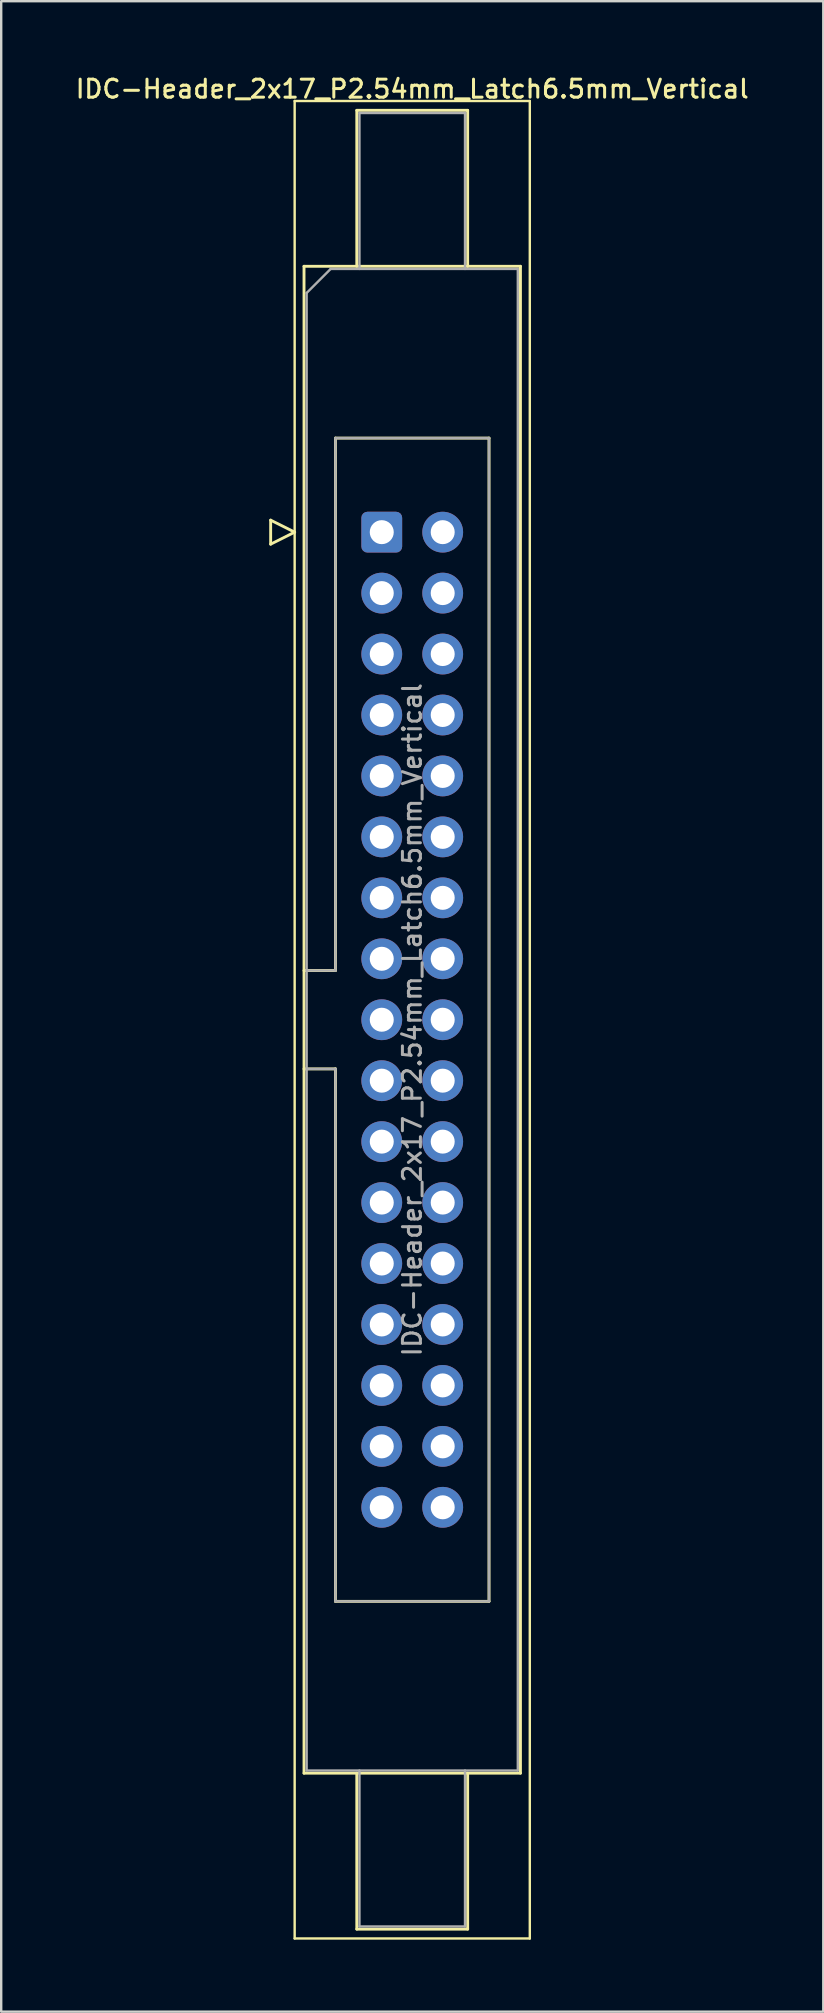
<source format=kicad_pcb>
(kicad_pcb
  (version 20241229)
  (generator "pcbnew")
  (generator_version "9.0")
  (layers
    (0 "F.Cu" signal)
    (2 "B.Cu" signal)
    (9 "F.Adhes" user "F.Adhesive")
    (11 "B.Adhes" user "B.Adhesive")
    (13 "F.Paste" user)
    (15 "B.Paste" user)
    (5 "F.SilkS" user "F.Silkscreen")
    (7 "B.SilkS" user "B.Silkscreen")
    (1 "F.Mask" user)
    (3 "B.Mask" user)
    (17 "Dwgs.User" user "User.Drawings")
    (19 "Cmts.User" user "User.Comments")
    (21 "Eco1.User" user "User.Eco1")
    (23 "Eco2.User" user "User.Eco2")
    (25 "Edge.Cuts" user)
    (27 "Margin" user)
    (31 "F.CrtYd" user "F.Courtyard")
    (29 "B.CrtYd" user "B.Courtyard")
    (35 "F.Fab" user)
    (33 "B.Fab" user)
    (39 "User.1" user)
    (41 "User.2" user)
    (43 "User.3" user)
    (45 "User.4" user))
  (footprint "IDC-Header_2x17_P2.54mm_Latch6.5mm_Vertical"
    (layer "F.Cu")
    (at 12.86 19.128)
    (property "Reference" "IDC-Header_2x17_P2.54mm_Latch6.5mm_Vertical" (at 1.27 -18.47 0) (layer "F.SilkS") (effects (font (size 0.75 0.75) (thickness 0.125))))
    (attr through_hole)
    (fp_line (start -4.63 -0.5) (end -4.63 0.5) (stroke (width 0.12) (type solid)) (layer "F.SilkS"))
    (fp_line (start -4.63 0.5) (end -3.63 0) (stroke (width 0.12) (type solid)) (layer "F.SilkS"))
    (fp_line (start -3.63 -17.97) (end -3.63 58.61) (stroke (width 0.1) (type solid)) (layer "F.SilkS"))
    (fp_line (start -3.63 0) (end -4.63 -0.5) (stroke (width 0.12) (type solid)) (layer "F.SilkS"))
    (fp_line (start -3.63 58.61) (end 6.17 58.61) (stroke (width 0.1) (type solid)) (layer "F.SilkS"))
    (fp_line (start -3.24 -11.08) (end 5.78 -11.08) (stroke (width 0.12) (type solid)) (layer "F.SilkS"))
    (fp_line (start -3.24 18.27) (end -1.93 18.27) (stroke (width 0.12) (type solid)) (layer "F.SilkS"))
    (fp_line (start -3.24 51.72) (end -3.24 -11.08) (stroke (width 0.12) (type solid)) (layer "F.SilkS"))
    (fp_line (start -1.93 -3.92) (end 4.47 -3.92) (stroke (width 0.12) (type solid)) (layer "F.SilkS"))
    (fp_line (start -1.93 18.27) (end -1.93 -3.92) (stroke (width 0.12) (type solid)) (layer "F.SilkS"))
    (fp_line (start -1.93 22.37) (end -3.24 22.37) (stroke (width 0.12) (type solid)) (layer "F.SilkS"))
    (fp_line (start -1.93 22.37) (end -1.93 22.37) (stroke (width 0.12) (type solid)) (layer "F.SilkS"))
    (fp_line (start -1.93 44.56) (end -1.93 22.37) (stroke (width 0.12) (type solid)) (layer "F.SilkS"))
    (fp_line (start -1.04 -17.58) (end 3.58 -17.58) (stroke (width 0.12) (type solid)) (layer "F.SilkS"))
    (fp_line (start -1.04 -11.08) (end -1.04 -17.58) (stroke (width 0.12) (type solid)) (layer "F.SilkS"))
    (fp_line (start -1.04 51.72) (end -1.04 58.22) (stroke (width 0.12) (type solid)) (layer "F.SilkS"))
    (fp_line (start -1.04 58.22) (end 3.58 58.22) (stroke (width 0.12) (type solid)) (layer "F.SilkS"))
    (fp_line (start 3.58 -17.58) (end 3.58 -11.08) (stroke (width 0.12) (type solid)) (layer "F.SilkS"))
    (fp_line (start 3.58 58.22) (end 3.58 51.72) (stroke (width 0.12) (type solid)) (layer "F.SilkS"))
    (fp_line (start 4.47 -3.92) (end 4.47 44.56) (stroke (width 0.12) (type solid)) (layer "F.SilkS"))
    (fp_line (start 4.47 44.56) (end -1.93 44.56) (stroke (width 0.12) (type solid)) (layer "F.SilkS"))
    (fp_line (start 5.78 -11.08) (end 5.78 51.72) (stroke (width 0.12) (type solid)) (layer "F.SilkS"))
    (fp_line (start 5.78 51.72) (end -3.24 51.72) (stroke (width 0.12) (type solid)) (layer "F.SilkS"))
    (fp_line (start 6.17 -17.97) (end -3.63 -17.97) (stroke (width 0.1) (type solid)) (layer "F.SilkS"))
    (fp_line (start 6.17 58.61) (end 6.17 -17.97) (stroke (width 0.1) (type solid)) (layer "F.SilkS"))
    (fp_line (start -3.13 -9.97) (end -2.13 -10.97) (stroke (width 0.1) (type solid)) (layer "F.Fab"))
    (fp_line (start -3.13 18.27) (end -1.93 18.27) (stroke (width 0.1) (type solid)) (layer "F.Fab"))
    (fp_line (start -3.13 51.61) (end -3.13 -9.97) (stroke (width 0.1) (type solid)) (layer "F.Fab"))
    (fp_line (start -2.13 -10.97) (end 5.67 -10.97) (stroke (width 0.1) (type solid)) (layer "F.Fab"))
    (fp_line (start -1.93 -3.92) (end 4.47 -3.92) (stroke (width 0.1) (type solid)) (layer "F.Fab"))
    (fp_line (start -1.93 18.27) (end -1.93 -3.92) (stroke (width 0.1) (type solid)) (layer "F.Fab"))
    (fp_line (start -1.93 22.37) (end -3.13 22.37) (stroke (width 0.1) (type solid)) (layer "F.Fab"))
    (fp_line (start -1.93 22.37) (end -1.93 22.37) (stroke (width 0.1) (type solid)) (layer "F.Fab"))
    (fp_line (start -1.93 44.56) (end -1.93 22.37) (stroke (width 0.1) (type solid)) (layer "F.Fab"))
    (fp_line (start -0.93 -17.47) (end 3.47 -17.47) (stroke (width 0.1) (type solid)) (layer "F.Fab"))
    (fp_line (start -0.93 -10.97) (end -0.93 -17.47) (stroke (width 0.1) (type solid)) (layer "F.Fab"))
    (fp_line (start -0.93 51.61) (end -0.93 58.11) (stroke (width 0.1) (type solid)) (layer "F.Fab"))
    (fp_line (start -0.93 58.11) (end 3.47 58.11) (stroke (width 0.1) (type solid)) (layer "F.Fab"))
    (fp_line (start 3.47 -17.47) (end 3.47 -10.97) (stroke (width 0.1) (type solid)) (layer "F.Fab"))
    (fp_line (start 3.47 58.11) (end 3.47 51.61) (stroke (width 0.1) (type solid)) (layer "F.Fab"))
    (fp_line (start 4.47 -3.92) (end 4.47 44.56) (stroke (width 0.1) (type solid)) (layer "F.Fab"))
    (fp_line (start 4.47 44.56) (end -1.93 44.56) (stroke (width 0.1) (type solid)) (layer "F.Fab"))
    (fp_line (start 5.67 -10.97) (end 5.67 51.61) (stroke (width 0.1) (type solid)) (layer "F.Fab"))
    (fp_line (start 5.67 51.61) (end -3.13 51.61) (stroke (width 0.1) (type solid)) (layer "F.Fab"))
    (fp_text user "${REFERENCE}" (at 1.27 20.32 90) (layer "F.Fab") (effects (font (size 0.75 0.75) (thickness 0.125))))
    (pad "1" thru_hole roundrect (at 0 0) (size 1.7 1.7) (drill 1) (layers "*.Cu" "*.Mask") (roundrect_rratio 0.147))
    (pad "2" thru_hole circle (at 2.54 0) (size 1.7 1.7) (drill 1) (layers "*.Cu" "*.Mask"))
    (pad "3" thru_hole circle (at 0 2.54) (size 1.7 1.7) (drill 1) (layers "*.Cu" "*.Mask"))
    (pad "4" thru_hole circle (at 2.54 2.54) (size 1.7 1.7) (drill 1) (layers "*.Cu" "*.Mask"))
    (pad "5" thru_hole circle (at 0 5.08) (size 1.7 1.7) (drill 1) (layers "*.Cu" "*.Mask"))
    (pad "6" thru_hole circle (at 2.54 5.08) (size 1.7 1.7) (drill 1) (layers "*.Cu" "*.Mask"))
    (pad "7" thru_hole circle (at 0 7.62) (size 1.7 1.7) (drill 1) (layers "*.Cu" "*.Mask"))
    (pad "8" thru_hole circle (at 2.54 7.62) (size 1.7 1.7) (drill 1) (layers "*.Cu" "*.Mask"))
    (pad "9" thru_hole circle (at 0 10.16) (size 1.7 1.7) (drill 1) (layers "*.Cu" "*.Mask"))
    (pad "10" thru_hole circle (at 2.54 10.16) (size 1.7 1.7) (drill 1) (layers "*.Cu" "*.Mask"))
    (pad "11" thru_hole circle (at 0 12.7) (size 1.7 1.7) (drill 1) (layers "*.Cu" "*.Mask"))
    (pad "12" thru_hole circle (at 2.54 12.7) (size 1.7 1.7) (drill 1) (layers "*.Cu" "*.Mask"))
    (pad "13" thru_hole circle (at 0 15.24) (size 1.7 1.7) (drill 1) (layers "*.Cu" "*.Mask"))
    (pad "14" thru_hole circle (at 2.54 15.24) (size 1.7 1.7) (drill 1) (layers "*.Cu" "*.Mask"))
    (pad "15" thru_hole circle (at 0 17.78) (size 1.7 1.7) (drill 1) (layers "*.Cu" "*.Mask"))
    (pad "16" thru_hole circle (at 2.54 17.78) (size 1.7 1.7) (drill 1) (layers "*.Cu" "*.Mask"))
    (pad "17" thru_hole circle (at 0 20.32) (size 1.7 1.7) (drill 1) (layers "*.Cu" "*.Mask"))
    (pad "18" thru_hole circle (at 2.54 20.32) (size 1.7 1.7) (drill 1) (layers "*.Cu" "*.Mask"))
    (pad "19" thru_hole circle (at 0 22.86) (size 1.7 1.7) (drill 1) (layers "*.Cu" "*.Mask"))
    (pad "20" thru_hole circle (at 2.54 22.86) (size 1.7 1.7) (drill 1) (layers "*.Cu" "*.Mask"))
    (pad "21" thru_hole circle (at 0 25.4) (size 1.7 1.7) (drill 1) (layers "*.Cu" "*.Mask"))
    (pad "22" thru_hole circle (at 2.54 25.4) (size 1.7 1.7) (drill 1) (layers "*.Cu" "*.Mask"))
    (pad "23" thru_hole circle (at 0 27.94) (size 1.7 1.7) (drill 1) (layers "*.Cu" "*.Mask"))
    (pad "24" thru_hole circle (at 2.54 27.94) (size 1.7 1.7) (drill 1) (layers "*.Cu" "*.Mask"))
    (pad "25" thru_hole circle (at 0 30.48) (size 1.7 1.7) (drill 1) (layers "*.Cu" "*.Mask"))
    (pad "26" thru_hole circle (at 2.54 30.48) (size 1.7 1.7) (drill 1) (layers "*.Cu" "*.Mask"))
    (pad "27" thru_hole circle (at 0 33.02) (size 1.7 1.7) (drill 1) (layers "*.Cu" "*.Mask"))
    (pad "28" thru_hole circle (at 2.54 33.02) (size 1.7 1.7) (drill 1) (layers "*.Cu" "*.Mask"))
    (pad "29" thru_hole circle (at 0 35.56) (size 1.7 1.7) (drill 1) (layers "*.Cu" "*.Mask"))
    (pad "30" thru_hole circle (at 2.54 35.56) (size 1.7 1.7) (drill 1) (layers "*.Cu" "*.Mask"))
    (pad "31" thru_hole circle (at 0 38.1) (size 1.7 1.7) (drill 1) (layers "*.Cu" "*.Mask"))
    (pad "32" thru_hole circle (at 2.54 38.1) (size 1.7 1.7) (drill 1) (layers "*.Cu" "*.Mask"))
    (pad "33" thru_hole circle (at 0 40.64) (size 1.7 1.7) (drill 1) (layers "*.Cu" "*.Mask"))
    (pad "34" thru_hole circle (at 2.54 40.64) (size 1.7 1.7) (drill 1) (layers "*.Cu" "*.Mask")))
  (gr_rect
    (start -3 -3)
    (end 31.261 80.788)
    (stroke (width 0.1) (type default))
    (fill no)
    (layer "Edge.Cuts")))
</source>
